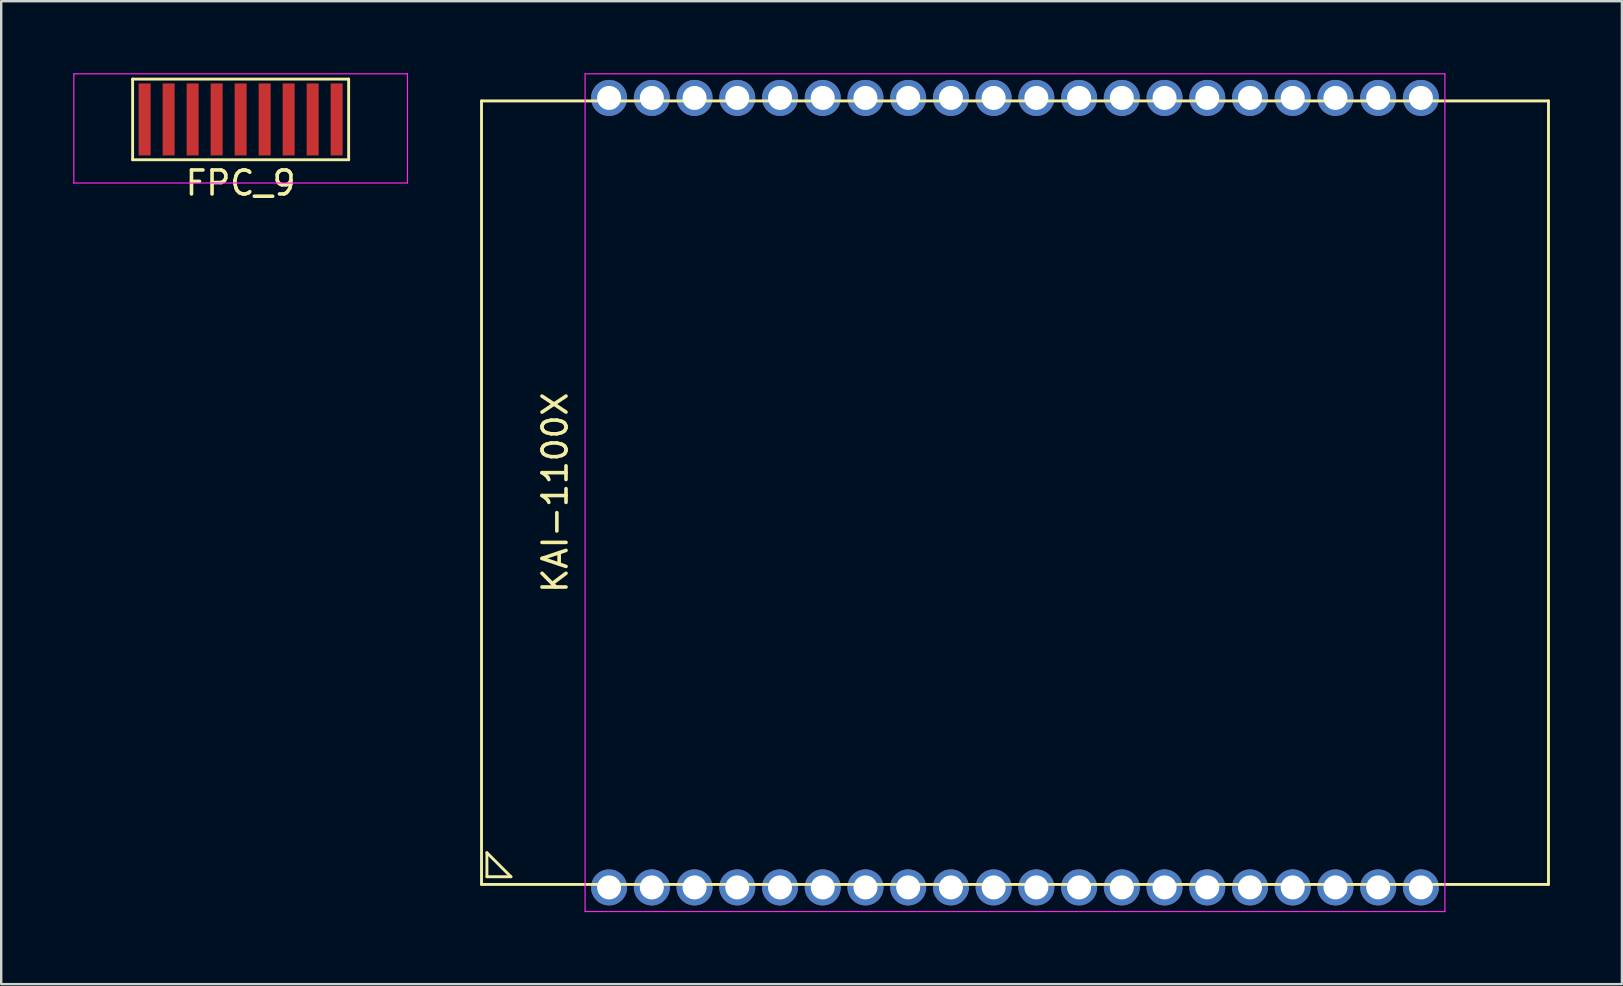
<source format=kicad_pcb>
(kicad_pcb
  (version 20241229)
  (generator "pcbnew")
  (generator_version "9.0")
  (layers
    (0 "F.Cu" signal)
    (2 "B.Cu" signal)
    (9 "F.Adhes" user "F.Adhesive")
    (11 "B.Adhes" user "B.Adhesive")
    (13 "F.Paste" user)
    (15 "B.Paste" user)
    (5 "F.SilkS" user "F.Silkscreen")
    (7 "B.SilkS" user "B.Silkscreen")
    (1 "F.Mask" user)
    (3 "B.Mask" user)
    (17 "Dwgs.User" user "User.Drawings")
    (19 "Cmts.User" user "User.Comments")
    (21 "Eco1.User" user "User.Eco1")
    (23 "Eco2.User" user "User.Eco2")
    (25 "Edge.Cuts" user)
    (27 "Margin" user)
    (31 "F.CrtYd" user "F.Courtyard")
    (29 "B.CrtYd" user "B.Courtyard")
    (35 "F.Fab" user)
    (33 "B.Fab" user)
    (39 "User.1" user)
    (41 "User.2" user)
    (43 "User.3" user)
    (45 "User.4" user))
  (footprint "FPC_9"
    (layer "F.Cu")
    (at 6.975 1.925)
    (property "Reference" "FPC_9" (at 0 2.65 0) (layer "F.SilkS") (effects (font (size 1 1) (thickness 0.15))))
    (attr through_hole)
    (fp_line (start -4.5 -1.68) (end 4.5 -1.68) (stroke (width 0.12) (type solid)) (layer "F.SilkS"))
    (fp_line (start -4.5 1.68) (end -4.5 -1.68) (stroke (width 0.12) (type solid)) (layer "F.SilkS"))
    (fp_line (start -4.5 1.68) (end 4.5 1.68) (stroke (width 0.12) (type solid)) (layer "F.SilkS"))
    (fp_line (start 4.5 1.68) (end 4.5 -1.68) (stroke (width 0.12) (type solid)) (layer "F.SilkS"))
    (fp_line (start -6.95 -1.9) (end -6.95 2.65) (stroke (width 0.05) (type solid)) (layer "F.CrtYd"))
    (fp_line (start -6.95 -1.9) (end 6.95 -1.9) (stroke (width 0.05) (type solid)) (layer "F.CrtYd"))
    (fp_line (start -6.95 2.65) (end 6.95 2.65) (stroke (width 0.05) (type solid)) (layer "F.CrtYd"))
    (fp_line (start 6.95 -1.9) (end 6.95 2.65) (stroke (width 0.05) (type solid)) (layer "F.CrtYd"))
    (pad "1" smd rect (at -4 0) (size 0.5 3) (layers "F.Cu" "F.Mask" "F.Paste"))
    (pad "2" smd rect (at -3 0) (size 0.5 3) (layers "F.Cu" "F.Mask" "F.Paste"))
    (pad "3" smd rect (at -2 0) (size 0.5 3) (layers "F.Cu" "F.Mask" "F.Paste"))
    (pad "4" smd rect (at -1 0) (size 0.5 3) (layers "F.Cu" "F.Mask" "F.Paste"))
    (pad "5" smd rect (at 0 0) (size 0.5 3) (layers "F.Cu" "F.Mask" "F.Paste"))
    (pad "6" smd rect (at 1 0) (size 0.5 3) (layers "F.Cu" "F.Mask" "F.Paste"))
    (pad "7" smd rect (at 2 0) (size 0.5 3) (layers "F.Cu" "F.Mask" "F.Paste"))
    (pad "8" smd rect (at 3 0) (size 0.5 3) (layers "F.Cu" "F.Mask" "F.Paste"))
    (pad "9" smd rect (at 4 0) (size 0.5 3) (layers "F.Cu" "F.Mask" "F.Paste")))
  (footprint "KAI-1100X"
    (layer "F.Cu")
    (at 39.235 17.475)
    (property "Reference" "KAI-1100X" (at -19.16 0 90) (layer "F.SilkS") (effects (font (size 1 1) (thickness 0.15))))
    (attr through_hole)
    (fp_line (start -22.225 -16.32) (end 22.225 -16.32) (stroke (width 0.12) (type solid)) (layer "F.SilkS"))
    (fp_line (start -22.225 16.32) (end -22.225 -16.32) (stroke (width 0.12) (type solid)) (layer "F.SilkS"))
    (fp_line (start -22 15) (end -22 16) (stroke (width 0.12) (type solid)) (layer "F.SilkS"))
    (fp_line (start -22 16) (end -21 16) (stroke (width 0.12) (type solid)) (layer "F.SilkS"))
    (fp_line (start -21 16) (end -22 15) (stroke (width 0.12) (type solid)) (layer "F.SilkS"))
    (fp_line (start 22.225 -16.32) (end 22.225 16.32) (stroke (width 0.12) (type solid)) (layer "F.SilkS"))
    (fp_line (start 22.225 16.32) (end -22.225 16.32) (stroke (width 0.12) (type solid)) (layer "F.SilkS"))
    (fp_line (start -17.91 -17.45) (end 17.91 -17.45) (stroke (width 0.05) (type solid)) (layer "F.CrtYd"))
    (fp_line (start -17.91 17.45) (end -17.91 -17.45) (stroke (width 0.05) (type solid)) (layer "F.CrtYd"))
    (fp_line (start 17.91 -17.45) (end 17.91 17.45) (stroke (width 0.05) (type solid)) (layer "F.CrtYd"))
    (fp_line (start 17.91 17.45) (end -17.91 17.45) (stroke (width 0.05) (type solid)) (layer "F.CrtYd"))
    (pad "1" thru_hole circle (at -16.91 16.445) (size 1.5 1.5) (drill 1) (layers "*.Cu" "*.Mask"))
    (pad "2" thru_hole circle (at -15.13 16.445) (size 1.5 1.5) (drill 1) (layers "*.Cu" "*.Mask"))
    (pad "3" thru_hole circle (at -13.35 16.445) (size 1.5 1.5) (drill 1) (layers "*.Cu" "*.Mask"))
    (pad "4" thru_hole circle (at -11.57 16.445) (size 1.5 1.5) (drill 1) (layers "*.Cu" "*.Mask"))
    (pad "5" thru_hole circle (at -9.79 16.445) (size 1.5 1.5) (drill 1) (layers "*.Cu" "*.Mask"))
    (pad "6" thru_hole circle (at -8.01 16.445) (size 1.5 1.5) (drill 1) (layers "*.Cu" "*.Mask"))
    (pad "7" thru_hole circle (at -6.23 16.445) (size 1.5 1.5) (drill 1) (layers "*.Cu" "*.Mask"))
    (pad "8" thru_hole circle (at -4.45 16.445) (size 1.5 1.5) (drill 1) (layers "*.Cu" "*.Mask"))
    (pad "9" thru_hole circle (at -2.67 16.445) (size 1.5 1.5) (drill 1) (layers "*.Cu" "*.Mask"))
    (pad "10" thru_hole circle (at -0.89 16.445) (size 1.5 1.5) (drill 1) (layers "*.Cu" "*.Mask"))
    (pad "11" thru_hole circle (at 0.89 16.445) (size 1.5 1.5) (drill 1) (layers "*.Cu" "*.Mask"))
    (pad "12" thru_hole circle (at 2.67 16.445) (size 1.5 1.5) (drill 1) (layers "*.Cu" "*.Mask"))
    (pad "13" thru_hole circle (at 4.45 16.445) (size 1.5 1.5) (drill 1) (layers "*.Cu" "*.Mask"))
    (pad "14" thru_hole circle (at 6.23 16.445) (size 1.5 1.5) (drill 1) (layers "*.Cu" "*.Mask"))
    (pad "15" thru_hole circle (at 8.01 16.445) (size 1.5 1.5) (drill 1) (layers "*.Cu" "*.Mask"))
    (pad "16" thru_hole circle (at 9.79 16.445) (size 1.5 1.5) (drill 1) (layers "*.Cu" "*.Mask"))
    (pad "17" thru_hole circle (at 11.57 16.445) (size 1.5 1.5) (drill 1) (layers "*.Cu" "*.Mask"))
    (pad "18" thru_hole circle (at 13.35 16.445) (size 1.5 1.5) (drill 1) (layers "*.Cu" "*.Mask"))
    (pad "19" thru_hole circle (at 15.13 16.445) (size 1.5 1.5) (drill 1) (layers "*.Cu" "*.Mask"))
    (pad "20" thru_hole circle (at 16.91 16.445) (size 1.5 1.5) (drill 1) (layers "*.Cu" "*.Mask"))
    (pad "21" thru_hole circle (at 16.91 -16.445) (size 1.5 1.5) (drill 1) (layers "*.Cu" "*.Mask"))
    (pad "22" thru_hole circle (at 15.13 -16.445) (size 1.5 1.5) (drill 1) (layers "*.Cu" "*.Mask"))
    (pad "23" thru_hole circle (at 13.35 -16.445) (size 1.5 1.5) (drill 1) (layers "*.Cu" "*.Mask"))
    (pad "24" thru_hole circle (at 11.57 -16.445) (size 1.5 1.5) (drill 1) (layers "*.Cu" "*.Mask"))
    (pad "25" thru_hole circle (at 9.79 -16.445) (size 1.5 1.5) (drill 1) (layers "*.Cu" "*.Mask"))
    (pad "26" thru_hole circle (at 8.01 -16.445) (size 1.5 1.5) (drill 1) (layers "*.Cu" "*.Mask"))
    (pad "27" thru_hole circle (at 6.23 -16.445) (size 1.5 1.5) (drill 1) (layers "*.Cu" "*.Mask"))
    (pad "28" thru_hole circle (at 4.45 -16.445) (size 1.5 1.5) (drill 1) (layers "*.Cu" "*.Mask"))
    (pad "29" thru_hole circle (at 2.67 -16.445) (size 1.5 1.5) (drill 1) (layers "*.Cu" "*.Mask"))
    (pad "30" thru_hole circle (at 0.89 -16.445) (size 1.5 1.5) (drill 1) (layers "*.Cu" "*.Mask"))
    (pad "31" thru_hole circle (at -0.89 -16.445) (size 1.5 1.5) (drill 1) (layers "*.Cu" "*.Mask"))
    (pad "32" thru_hole circle (at -2.67 -16.445) (size 1.5 1.5) (drill 1) (layers "*.Cu" "*.Mask"))
    (pad "33" thru_hole circle (at -4.45 -16.445) (size 1.5 1.5) (drill 1) (layers "*.Cu" "*.Mask"))
    (pad "34" thru_hole circle (at -6.23 -16.445) (size 1.5 1.5) (drill 1) (layers "*.Cu" "*.Mask"))
    (pad "35" thru_hole circle (at -8.01 -16.445) (size 1.5 1.5) (drill 1) (layers "*.Cu" "*.Mask"))
    (pad "36" thru_hole circle (at -9.79 -16.445) (size 1.5 1.5) (drill 1) (layers "*.Cu" "*.Mask"))
    (pad "37" thru_hole circle (at -11.57 -16.445) (size 1.5 1.5) (drill 1) (layers "*.Cu" "*.Mask"))
    (pad "38" thru_hole circle (at -13.35 -16.445) (size 1.5 1.5) (drill 1) (layers "*.Cu" "*.Mask"))
    (pad "39" thru_hole circle (at -15.13 -16.445) (size 1.5 1.5) (drill 1) (layers "*.Cu" "*.Mask"))
    (pad "40" thru_hole circle (at -16.91 -16.445) (size 1.5 1.5) (drill 1) (layers "*.Cu" "*.Mask")))
  (gr_rect
    (start -3 -3)
    (end 64.52 37.95)
    (stroke (width 0.1) (type default))
    (fill no)
    (layer "Edge.Cuts")))
</source>
